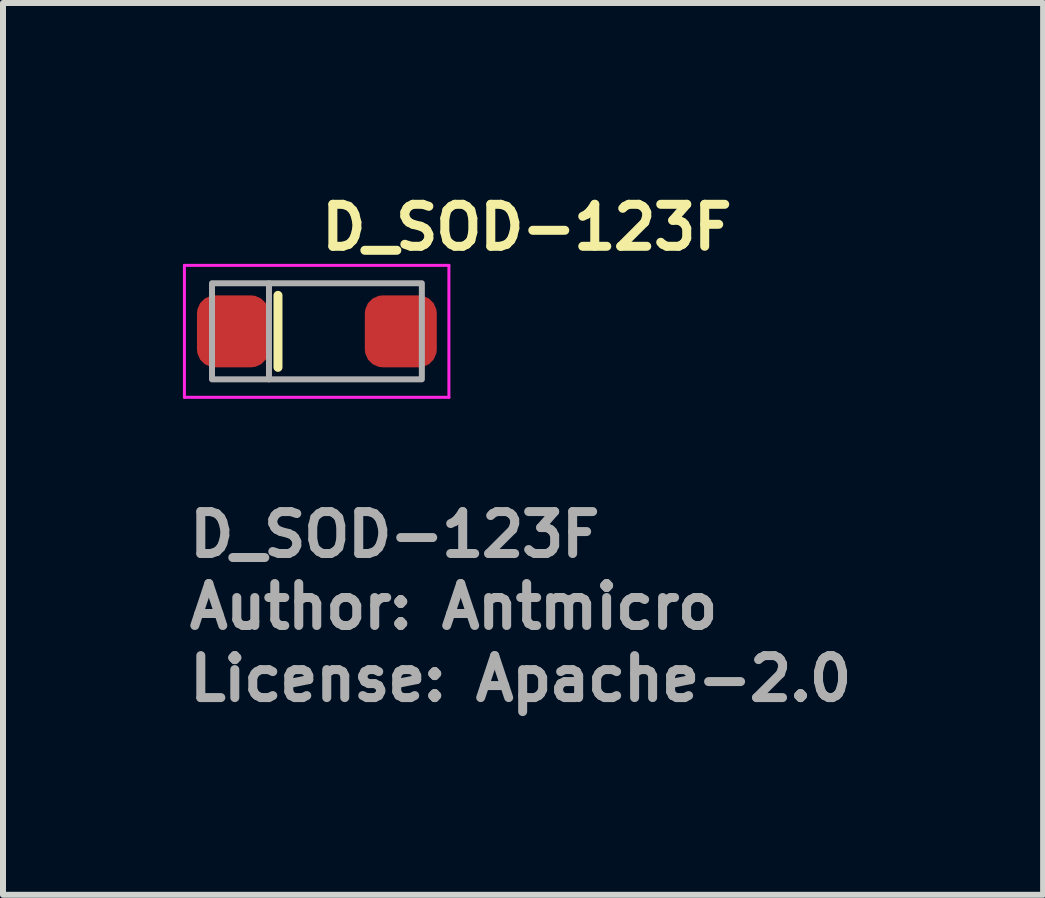
<source format=kicad_pcb>
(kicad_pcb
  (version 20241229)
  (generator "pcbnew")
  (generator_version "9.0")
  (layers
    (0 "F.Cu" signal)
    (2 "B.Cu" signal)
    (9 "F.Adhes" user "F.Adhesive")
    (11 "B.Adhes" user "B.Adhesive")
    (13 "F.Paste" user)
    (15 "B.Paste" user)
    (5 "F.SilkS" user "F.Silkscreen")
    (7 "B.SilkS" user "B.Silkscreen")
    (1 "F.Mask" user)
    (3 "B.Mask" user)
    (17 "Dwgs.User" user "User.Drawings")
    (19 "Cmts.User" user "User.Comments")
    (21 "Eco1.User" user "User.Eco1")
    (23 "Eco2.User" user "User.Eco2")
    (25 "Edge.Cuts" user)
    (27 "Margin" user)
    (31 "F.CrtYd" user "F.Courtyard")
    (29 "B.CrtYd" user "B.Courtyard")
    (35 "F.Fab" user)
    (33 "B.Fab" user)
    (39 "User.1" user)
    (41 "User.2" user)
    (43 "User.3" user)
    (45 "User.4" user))
  (footprint "D_SOD-123F"
    (layer "F.Cu")
    (at 2.235 2.475)
    (property "Reference" "D_SOD-123F" (at 0 -1.325 0) (layer "F.SilkS") (effects (font (size 0.7 0.7) (thickness 0.15)) (justify left bottom)))
    (attr smd)
    (fp_line (start -0.65 -0.6) (end -0.65 0.6) (stroke (width 0.15) (type solid)) (layer "F.SilkS"))
    (fp_line (start -2.21 1.1) (end -2.21 -1.1) (stroke (width 0.05) (type solid)) (layer "F.CrtYd"))
    (fp_line (start 2.2 -1.1) (end -2.21 -1.1) (stroke (width 0.05) (type solid)) (layer "F.CrtYd"))
    (fp_line (start 2.2 -1.1) (end 2.2 1.1) (stroke (width 0.05) (type solid)) (layer "F.CrtYd"))
    (fp_line (start 2.2 1.1) (end -2.21 1.1) (stroke (width 0.05) (type solid)) (layer "F.CrtYd"))
    (fp_line (start -0.8 -0.8) (end -0.8 0.8) (stroke (width 0.1) (type solid)) (layer "F.Fab"))
    (fp_rect (start -1.75 -0.802) (end 1.749 0.8) (stroke (width 0.1) (type solid)) (fill no) (layer "F.Fab"))
    (fp_rect (start -1.75 -0.802) (end 1.749 0.8) (stroke (width 0.1) (type solid)) (fill no) (layer "User.5"))
    (fp_line (start -1.75 -0.327) (end -1.75 0.325) (stroke (width 0.02) (type solid)) (layer "User.9"))
    (fp_line (start -1.75 0.325) (end -1.283 0.325) (stroke (width 0.02) (type solid)) (layer "User.9"))
    (fp_line (start -1.301 -0.74) (end -1.299 -0.743) (stroke (width 0.02) (type solid)) (layer "User.9"))
    (fp_line (start -1.301 -0.736) (end -1.301 -0.74) (stroke (width 0.02) (type solid)) (layer "User.9"))
    (fp_line (start -1.301 -0.733) (end -1.301 -0.736) (stroke (width 0.02) (type solid)) (layer "User.9"))
    (fp_line (start -1.301 -0.729) (end -1.301 -0.733) (stroke (width 0.02) (type solid)) (layer "User.9"))
    (fp_line (start -1.301 -0.726) (end -1.301 -0.729) (stroke (width 0.02) (type solid)) (layer "User.9"))
    (fp_line (start -1.301 -0.726) (end -1.301 -0.327) (stroke (width 0.02) (type solid)) (layer "User.9"))
    (fp_line (start -1.301 0.325) (end -1.301 0.724) (stroke (width 0.02) (type solid)) (layer "User.9"))
    (fp_line (start -1.301 0.727) (end -1.301 0.724) (stroke (width 0.02) (type solid)) (layer "User.9"))
    (fp_line (start -1.301 0.731) (end -1.301 0.727) (stroke (width 0.02) (type solid)) (layer "User.9"))
    (fp_line (start -1.301 0.734) (end -1.301 0.731) (stroke (width 0.02) (type solid)) (layer "User.9"))
    (fp_line (start -1.301 0.738) (end -1.301 0.734) (stroke (width 0.02) (type solid)) (layer "User.9"))
    (fp_line (start -1.299 -0.747) (end -1.297 -0.75) (stroke (width 0.02) (type solid)) (layer "User.9"))
    (fp_line (start -1.299 -0.743) (end -1.299 -0.747) (stroke (width 0.02) (type solid)) (layer "User.9"))
    (fp_line (start -1.299 0.741) (end -1.301 0.738) (stroke (width 0.02) (type solid)) (layer "User.9"))
    (fp_line (start -1.299 0.745) (end -1.299 0.741) (stroke (width 0.02) (type solid)) (layer "User.9"))
    (fp_line (start -1.297 -0.75) (end -1.295 -0.754) (stroke (width 0.02) (type solid)) (layer "User.9"))
    (fp_line (start -1.297 0.748) (end -1.299 0.745) (stroke (width 0.02) (type solid)) (layer "User.9"))
    (fp_line (start -1.295 -0.757) (end -1.293 -0.76) (stroke (width 0.02) (type solid)) (layer "User.9"))
    (fp_line (start -1.295 -0.754) (end -1.295 -0.757) (stroke (width 0.02) (type solid)) (layer "User.9"))
    (fp_line (start -1.295 0.752) (end -1.297 0.748) (stroke (width 0.02) (type solid)) (layer "User.9"))
    (fp_line (start -1.295 0.755) (end -1.295 0.752) (stroke (width 0.02) (type solid)) (layer "User.9"))
    (fp_line (start -1.293 -0.76) (end -1.291 -0.763) (stroke (width 0.02) (type solid)) (layer "User.9"))
    (fp_line (start -1.293 0.758) (end -1.295 0.755) (stroke (width 0.02) (type solid)) (layer "User.9"))
    (fp_line (start -1.291 -0.763) (end -1.289 -0.767) (stroke (width 0.02) (type solid)) (layer "User.9"))
    (fp_line (start -1.291 0.761) (end -1.293 0.758) (stroke (width 0.02) (type solid)) (layer "User.9"))
    (fp_line (start -1.289 -0.767) (end -1.287 -0.771) (stroke (width 0.02) (type solid)) (layer "User.9"))
    (fp_line (start -1.289 0.765) (end -1.291 0.761) (stroke (width 0.02) (type solid)) (layer "User.9"))
    (fp_line (start -1.287 -0.771) (end -1.283 -0.774) (stroke (width 0.02) (type solid)) (layer "User.9"))
    (fp_line (start -1.287 0.769) (end -1.289 0.765) (stroke (width 0.02) (type solid)) (layer "User.9"))
    (fp_line (start -1.283 -0.774) (end -1.281 -0.777) (stroke (width 0.02) (type solid)) (layer "User.9"))
    (fp_line (start -1.283 -0.327) (end -1.75 -0.327) (stroke (width 0.02) (type solid)) (layer "User.9"))
    (fp_line (start -1.283 0.325) (end -1.283 -0.327) (stroke (width 0.02) (type solid)) (layer "User.9"))
    (fp_line (start -1.283 0.772) (end -1.287 0.769) (stroke (width 0.02) (type solid)) (layer "User.9"))
    (fp_line (start -1.281 -0.777) (end -1.278 -0.779) (stroke (width 0.02) (type solid)) (layer "User.9"))
    (fp_line (start -1.281 0.775) (end -1.283 0.772) (stroke (width 0.02) (type solid)) (layer "User.9"))
    (fp_line (start -1.278 -0.779) (end -1.276 -0.782) (stroke (width 0.02) (type solid)) (layer "User.9"))
    (fp_line (start -1.278 0.777) (end -1.281 0.775) (stroke (width 0.02) (type solid)) (layer "User.9"))
    (fp_line (start -1.276 -0.782) (end -1.274 -0.784) (stroke (width 0.02) (type solid)) (layer "User.9"))
    (fp_line (start -1.276 0.78) (end -1.278 0.777) (stroke (width 0.02) (type solid)) (layer "User.9"))
    (fp_line (start -1.274 -0.784) (end -1.27 -0.787) (stroke (width 0.02) (type solid)) (layer "User.9"))
    (fp_line (start -1.274 0.782) (end -1.276 0.78) (stroke (width 0.02) (type solid)) (layer "User.9"))
    (fp_line (start -1.27 -0.787) (end -1.268 -0.789) (stroke (width 0.02) (type solid)) (layer "User.9"))
    (fp_line (start -1.27 0.785) (end -1.274 0.782) (stroke (width 0.02) (type solid)) (layer "User.9"))
    (fp_line (start -1.268 -0.789) (end -1.264 -0.791) (stroke (width 0.02) (type solid)) (layer "User.9"))
    (fp_line (start -1.268 0.787) (end -1.27 0.785) (stroke (width 0.02) (type solid)) (layer "User.9"))
    (fp_line (start -1.264 -0.791) (end -1.26 -0.793) (stroke (width 0.02) (type solid)) (layer "User.9"))
    (fp_line (start -1.264 0.789) (end -1.268 0.787) (stroke (width 0.02) (type solid)) (layer "User.9"))
    (fp_line (start -1.26 -0.793) (end -1.258 -0.795) (stroke (width 0.02) (type solid)) (layer "User.9"))
    (fp_line (start -1.26 0.791) (end -1.264 0.789) (stroke (width 0.02) (type solid)) (layer "User.9"))
    (fp_line (start -1.258 -0.795) (end -1.254 -0.796) (stroke (width 0.02) (type solid)) (layer "User.9"))
    (fp_line (start -1.258 0.793) (end -1.26 0.791) (stroke (width 0.02) (type solid)) (layer "User.9"))
    (fp_line (start -1.254 -0.796) (end -1.25 -0.798) (stroke (width 0.02) (type solid)) (layer "User.9"))
    (fp_line (start -1.254 0.794) (end -1.258 0.793) (stroke (width 0.02) (type solid)) (layer "User.9"))
    (fp_line (start -1.25 -0.798) (end -1.248 -0.799) (stroke (width 0.02) (type solid)) (layer "User.9"))
    (fp_line (start -1.25 0.796) (end -1.254 0.794) (stroke (width 0.02) (type solid)) (layer "User.9"))
    (fp_line (start -1.248 -0.799) (end -1.244 -0.8) (stroke (width 0.02) (type solid)) (layer "User.9"))
    (fp_line (start -1.248 0.797) (end -1.25 0.796) (stroke (width 0.02) (type solid)) (layer "User.9"))
    (fp_line (start -1.244 -0.8) (end -1.24 -0.801) (stroke (width 0.02) (type solid)) (layer "User.9"))
    (fp_line (start -1.244 0.798) (end -1.248 0.797) (stroke (width 0.02) (type solid)) (layer "User.9"))
    (fp_line (start -1.24 -0.801) (end -1.236 -0.801) (stroke (width 0.02) (type solid)) (layer "User.9"))
    (fp_line (start -1.24 0.799) (end -1.244 0.798) (stroke (width 0.02) (type solid)) (layer "User.9"))
    (fp_line (start -1.236 -0.801) (end -1.234 -0.802) (stroke (width 0.02) (type solid)) (layer "User.9"))
    (fp_line (start -1.236 0.799) (end -1.24 0.799) (stroke (width 0.02) (type solid)) (layer "User.9"))
    (fp_line (start -1.234 -0.802) (end -1.23 -0.802) (stroke (width 0.02) (type solid)) (layer "User.9"))
    (fp_line (start -1.234 0.8) (end -1.236 0.799) (stroke (width 0.02) (type solid)) (layer "User.9"))
    (fp_line (start -1.23 -0.802) (end -1.226 -0.802) (stroke (width 0.02) (type solid)) (layer "User.9"))
    (fp_line (start -1.23 0.8) (end -1.234 0.8) (stroke (width 0.02) (type solid)) (layer "User.9"))
    (fp_line (start -1.226 0.8) (end -1.23 0.8) (stroke (width 0.02) (type solid)) (layer "User.9"))
    (fp_line (start -1.226 0.8) (end 1.225 0.8) (stroke (width 0.02) (type solid)) (layer "User.9"))
    (fp_line (start 1.225 -0.802) (end -1.226 -0.802) (stroke (width 0.02) (type solid)) (layer "User.9"))
    (fp_line (start 1.225 -0.802) (end 1.227 -0.802) (stroke (width 0.02) (type solid)) (layer "User.9"))
    (fp_line (start 1.227 -0.802) (end 1.231 -0.802) (stroke (width 0.02) (type solid)) (layer "User.9"))
    (fp_line (start 1.227 0.8) (end 1.225 0.8) (stroke (width 0.02) (type solid)) (layer "User.9"))
    (fp_line (start 1.231 -0.802) (end 1.235 -0.801) (stroke (width 0.02) (type solid)) (layer "User.9"))
    (fp_line (start 1.231 0.8) (end 1.227 0.8) (stroke (width 0.02) (type solid)) (layer "User.9"))
    (fp_line (start 1.235 -0.801) (end 1.239 -0.801) (stroke (width 0.02) (type solid)) (layer "User.9"))
    (fp_line (start 1.235 0.799) (end 1.231 0.8) (stroke (width 0.02) (type solid)) (layer "User.9"))
    (fp_line (start 1.239 -0.801) (end 1.241 -0.8) (stroke (width 0.02) (type solid)) (layer "User.9"))
    (fp_line (start 1.239 0.799) (end 1.235 0.799) (stroke (width 0.02) (type solid)) (layer "User.9"))
    (fp_line (start 1.241 -0.8) (end 1.245 -0.799) (stroke (width 0.02) (type solid)) (layer "User.9"))
    (fp_line (start 1.241 0.798) (end 1.239 0.799) (stroke (width 0.02) (type solid)) (layer "User.9"))
    (fp_line (start 1.245 -0.799) (end 1.249 -0.798) (stroke (width 0.02) (type solid)) (layer "User.9"))
    (fp_line (start 1.245 0.797) (end 1.241 0.798) (stroke (width 0.02) (type solid)) (layer "User.9"))
    (fp_line (start 1.249 -0.798) (end 1.253 -0.796) (stroke (width 0.02) (type solid)) (layer "User.9"))
    (fp_line (start 1.249 0.796) (end 1.245 0.797) (stroke (width 0.02) (type solid)) (layer "User.9"))
    (fp_line (start 1.253 -0.796) (end 1.255 -0.795) (stroke (width 0.02) (type solid)) (layer "User.9"))
    (fp_line (start 1.253 0.794) (end 1.249 0.796) (stroke (width 0.02) (type solid)) (layer "User.9"))
    (fp_line (start 1.255 -0.795) (end 1.259 -0.793) (stroke (width 0.02) (type solid)) (layer "User.9"))
    (fp_line (start 1.255 0.793) (end 1.253 0.794) (stroke (width 0.02) (type solid)) (layer "User.9"))
    (fp_line (start 1.259 -0.793) (end 1.261 -0.791) (stroke (width 0.02) (type solid)) (layer "User.9"))
    (fp_line (start 1.259 0.791) (end 1.255 0.793) (stroke (width 0.02) (type solid)) (layer "User.9"))
    (fp_line (start 1.261 -0.791) (end 1.265 -0.789) (stroke (width 0.02) (type solid)) (layer "User.9"))
    (fp_line (start 1.261 0.789) (end 1.259 0.791) (stroke (width 0.02) (type solid)) (layer "User.9"))
    (fp_line (start 1.265 -0.789) (end 1.269 -0.787) (stroke (width 0.02) (type solid)) (layer "User.9"))
    (fp_line (start 1.265 0.787) (end 1.261 0.789) (stroke (width 0.02) (type solid)) (layer "User.9"))
    (fp_line (start 1.269 -0.787) (end 1.271 -0.784) (stroke (width 0.02) (type solid)) (layer "User.9"))
    (fp_line (start 1.269 0.785) (end 1.265 0.787) (stroke (width 0.02) (type solid)) (layer "User.9"))
    (fp_line (start 1.271 -0.784) (end 1.275 -0.782) (stroke (width 0.02) (type solid)) (layer "User.9"))
    (fp_line (start 1.271 0.782) (end 1.269 0.785) (stroke (width 0.02) (type solid)) (layer "User.9"))
    (fp_line (start 1.275 -0.782) (end 1.277 -0.779) (stroke (width 0.02) (type solid)) (layer "User.9"))
    (fp_line (start 1.275 0.78) (end 1.271 0.782) (stroke (width 0.02) (type solid)) (layer "User.9"))
    (fp_line (start 1.277 -0.779) (end 1.28 -0.777) (stroke (width 0.02) (type solid)) (layer "User.9"))
    (fp_line (start 1.277 0.777) (end 1.275 0.78) (stroke (width 0.02) (type solid)) (layer "User.9"))
    (fp_line (start 1.28 -0.777) (end 1.282 -0.774) (stroke (width 0.02) (type solid)) (layer "User.9"))
    (fp_line (start 1.28 0.775) (end 1.277 0.777) (stroke (width 0.02) (type solid)) (layer "User.9"))
    (fp_line (start 1.282 -0.774) (end 1.284 -0.771) (stroke (width 0.02) (type solid)) (layer "User.9"))
    (fp_line (start 1.282 -0.327) (end 1.282 0.325) (stroke (width 0.02) (type solid)) (layer "User.9"))
    (fp_line (start 1.282 0.325) (end 1.749 0.325) (stroke (width 0.02) (type solid)) (layer "User.9"))
    (fp_line (start 1.282 0.772) (end 1.28 0.775) (stroke (width 0.02) (type solid)) (layer "User.9"))
    (fp_line (start 1.284 -0.771) (end 1.286 -0.767) (stroke (width 0.02) (type solid)) (layer "User.9"))
    (fp_line (start 1.284 0.769) (end 1.282 0.772) (stroke (width 0.02) (type solid)) (layer "User.9"))
    (fp_line (start 1.286 -0.767) (end 1.288 -0.763) (stroke (width 0.02) (type solid)) (layer "User.9"))
    (fp_line (start 1.286 0.765) (end 1.284 0.769) (stroke (width 0.02) (type solid)) (layer "User.9"))
    (fp_line (start 1.288 -0.763) (end 1.29 -0.76) (stroke (width 0.02) (type solid)) (layer "User.9"))
    (fp_line (start 1.288 0.761) (end 1.286 0.765) (stroke (width 0.02) (type solid)) (layer "User.9"))
    (fp_line (start 1.29 -0.76) (end 1.292 -0.757) (stroke (width 0.02) (type solid)) (layer "User.9"))
    (fp_line (start 1.29 0.758) (end 1.288 0.761) (stroke (width 0.02) (type solid)) (layer "User.9"))
    (fp_line (start 1.292 -0.757) (end 1.294 -0.754) (stroke (width 0.02) (type solid)) (layer "User.9"))
    (fp_line (start 1.292 0.755) (end 1.29 0.758) (stroke (width 0.02) (type solid)) (layer "User.9"))
    (fp_line (start 1.294 -0.754) (end 1.296 -0.75) (stroke (width 0.02) (type solid)) (layer "User.9"))
    (fp_line (start 1.294 0.752) (end 1.292 0.755) (stroke (width 0.02) (type solid)) (layer "User.9"))
    (fp_line (start 1.296 -0.75) (end 1.296 -0.747) (stroke (width 0.02) (type solid)) (layer "User.9"))
    (fp_line (start 1.296 -0.747) (end 1.298 -0.743) (stroke (width 0.02) (type solid)) (layer "User.9"))
    (fp_line (start 1.296 0.745) (end 1.296 0.748) (stroke (width 0.02) (type solid)) (layer "User.9"))
    (fp_line (start 1.296 0.748) (end 1.294 0.752) (stroke (width 0.02) (type solid)) (layer "User.9"))
    (fp_line (start 1.298 -0.743) (end 1.298 -0.74) (stroke (width 0.02) (type solid)) (layer "User.9"))
    (fp_line (start 1.298 -0.74) (end 1.298 -0.736) (stroke (width 0.02) (type solid)) (layer "User.9"))
    (fp_line (start 1.298 -0.736) (end 1.3 -0.733) (stroke (width 0.02) (type solid)) (layer "User.9"))
    (fp_line (start 1.298 0.734) (end 1.298 0.738) (stroke (width 0.02) (type solid)) (layer "User.9"))
    (fp_line (start 1.298 0.738) (end 1.298 0.741) (stroke (width 0.02) (type solid)) (layer "User.9"))
    (fp_line (start 1.298 0.741) (end 1.296 0.745) (stroke (width 0.02) (type solid)) (layer "User.9"))
    (fp_line (start 1.3 -0.733) (end 1.3 -0.729) (stroke (width 0.02) (type solid)) (layer "User.9"))
    (fp_line (start 1.3 -0.729) (end 1.3 -0.726) (stroke (width 0.02) (type solid)) (layer "User.9"))
    (fp_line (start 1.3 -0.327) (end 1.3 -0.726) (stroke (width 0.02) (type solid)) (layer "User.9"))
    (fp_line (start 1.3 0.724) (end 1.3 0.325) (stroke (width 0.02) (type solid)) (layer "User.9"))
    (fp_line (start 1.3 0.724) (end 1.3 0.727) (stroke (width 0.02) (type solid)) (layer "User.9"))
    (fp_line (start 1.3 0.727) (end 1.3 0.731) (stroke (width 0.02) (type solid)) (layer "User.9"))
    (fp_line (start 1.3 0.731) (end 1.298 0.734) (stroke (width 0.02) (type solid)) (layer "User.9"))
    (fp_line (start 1.749 -0.327) (end 1.282 -0.327) (stroke (width 0.02) (type solid)) (layer "User.9"))
    (fp_line (start 1.749 0.325) (end 1.749 -0.327) (stroke (width 0.02) (type solid)) (layer "User.9"))
    (fp_text user "Author: Antmicro" (at -2.202 4.998 0) (layer "F.Fab") (effects (font (size 0.7 0.7) (thickness 0.15)) (justify left bottom)))
    (fp_text user "${REFERENCE}" (at -2.202 3.798 0) (layer "F.Fab") (effects (font (size 0.7 0.7) (thickness 0.15)) (justify left bottom)))
    (fp_text user "License: Apache-2.0" (at -2.202 6.2 0) (layer "F.Fab") (effects (font (size 0.7 0.7) (thickness 0.15)) (justify left bottom)))
    (pad "1" smd roundrect (at -1.401 0) (size 1.2 1.2) (layers "F.Cu" "F.Mask" "F.Paste") (roundrect_rratio 0.25))
    (pad "2" smd roundrect (at 1.398 0) (size 1.2 1.2) (layers "F.Cu" "F.Mask" "F.Paste") (roundrect_rratio 0.25)))
  (gr_rect
    (start -3 -3)
    (end 14.343 11.87)
    (stroke (width 0.1) (type default))
    (fill no)
    (layer "Edge.Cuts")))
</source>
